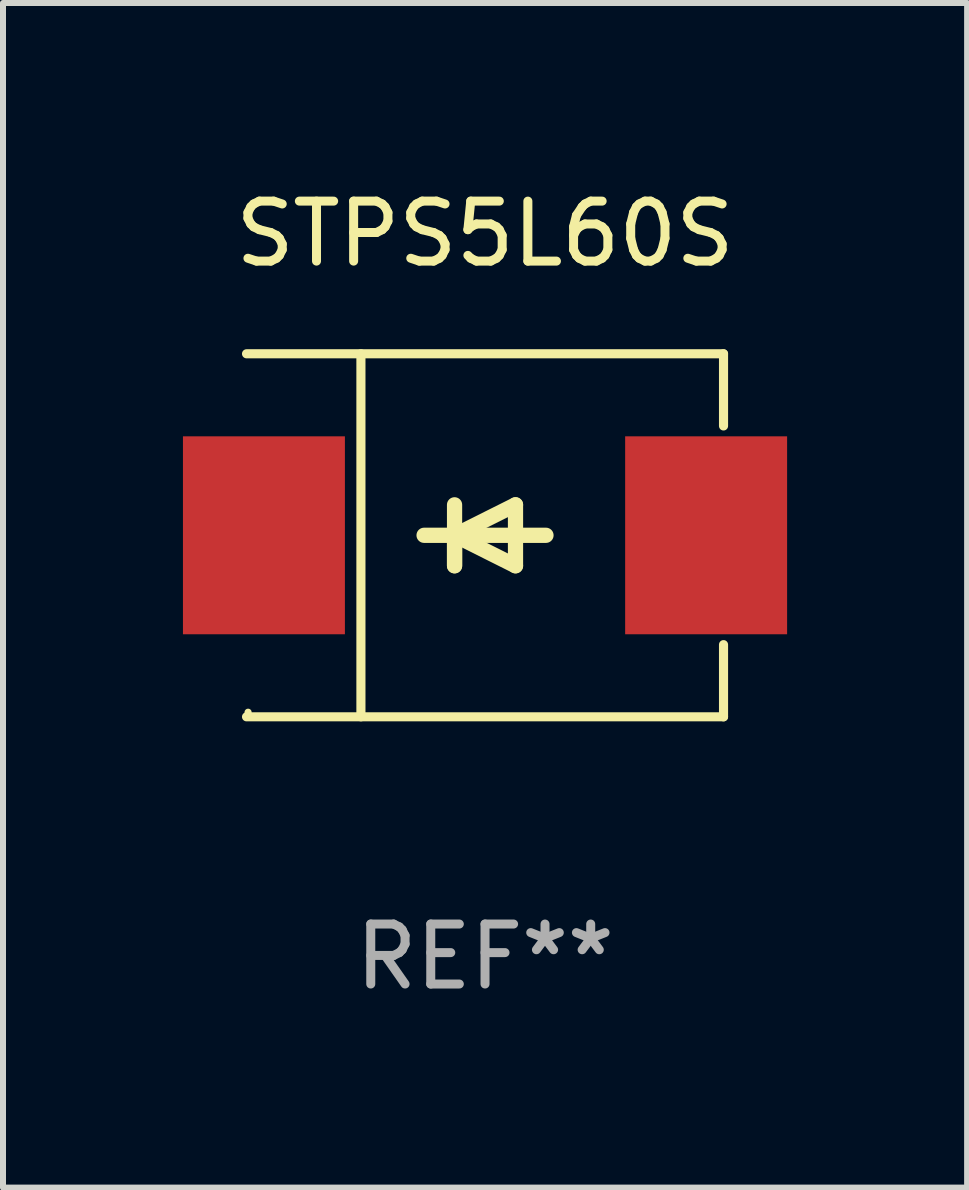
<source format=kicad_pcb>
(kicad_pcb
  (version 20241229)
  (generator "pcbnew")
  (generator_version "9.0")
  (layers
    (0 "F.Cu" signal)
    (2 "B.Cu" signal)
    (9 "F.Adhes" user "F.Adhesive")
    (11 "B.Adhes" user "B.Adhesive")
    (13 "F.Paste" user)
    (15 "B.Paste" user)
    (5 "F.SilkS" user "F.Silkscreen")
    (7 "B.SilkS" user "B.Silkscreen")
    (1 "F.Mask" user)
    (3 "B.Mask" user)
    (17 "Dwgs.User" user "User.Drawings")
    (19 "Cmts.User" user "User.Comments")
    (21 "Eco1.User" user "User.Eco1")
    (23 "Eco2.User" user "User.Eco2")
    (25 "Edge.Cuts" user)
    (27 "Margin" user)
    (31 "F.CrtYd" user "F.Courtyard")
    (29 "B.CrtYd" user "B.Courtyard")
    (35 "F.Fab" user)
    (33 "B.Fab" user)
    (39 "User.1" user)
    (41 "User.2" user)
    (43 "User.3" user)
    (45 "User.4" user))
  (footprint "STPS5L60S"
    (layer "F.Cu")
    (at 5.036 5.874)
    (property "Reference" "STPS5L60S" (at 0 -5.026 0) (layer "F.SilkS") (effects (font (size 1 1) (thickness 0.15))))
    (attr through_hole)
    (fp_line (start -3.976 -3.026) (end 3.976 -3.026) (stroke (width 0.152) (type solid)) (layer "F.SilkS"))
    (fp_line (start -3.976 3.026) (end 3.976 3.026) (stroke (width 0.152) (type solid)) (layer "F.SilkS"))
    (fp_line (start -2.069 -3.026) (end -2.069 3.026) (stroke (width 0.152) (type solid)) (layer "F.SilkS"))
    (fp_line (start -0.508 0) (end -0.508 0.508) (stroke (width 0.254) (type solid)) (layer "F.SilkS"))
    (fp_line (start -0.508 0) (end 0.508 0.508) (stroke (width 0.254) (type solid)) (layer "F.SilkS"))
    (fp_line (start -0.508 0.508) (end -0.508 -0.508) (stroke (width 0.254) (type solid)) (layer "F.SilkS"))
    (fp_line (start 0.508 -0.508) (end -0.508 0) (stroke (width 0.254) (type solid)) (layer "F.SilkS"))
    (fp_line (start 0.508 0.508) (end 0.508 -0.508) (stroke (width 0.254) (type solid)) (layer "F.SilkS"))
    (fp_line (start 1.016 0) (end -1.016 0) (stroke (width 0.254) (type solid)) (layer "F.SilkS"))
    (fp_line (start 3.976 -3.026) (end 3.976 -1.823) (stroke (width 0.152) (type solid)) (layer "F.SilkS"))
    (fp_line (start 3.976 3.026) (end 3.976 1.823) (stroke (width 0.152) (type solid)) (layer "F.SilkS"))
    (fp_circle (center -3.95 2.95) (end -3.92 2.95) (stroke (width 0.06) (type solid)) (fill no) (layer "F.SilkS"))
    (fp_text user "REF**" (at 0 7.026 0) (layer "F.Fab") (effects (font (size 1 1) (thickness 0.15))))
    (pad "1" smd rect (at -3.686 0) (size 2.7 3.3) (layers "F.Cu" "F.Mask" "F.Paste"))
    (pad "2" smd rect (at 3.686 0) (size 2.7 3.3) (layers "F.Cu" "F.Mask" "F.Paste")))
  (gr_rect
    (start -3 -3)
    (end 13.073 16.749)
    (stroke (width 0.1) (type default))
    (fill no)
    (layer "Edge.Cuts")))
</source>
